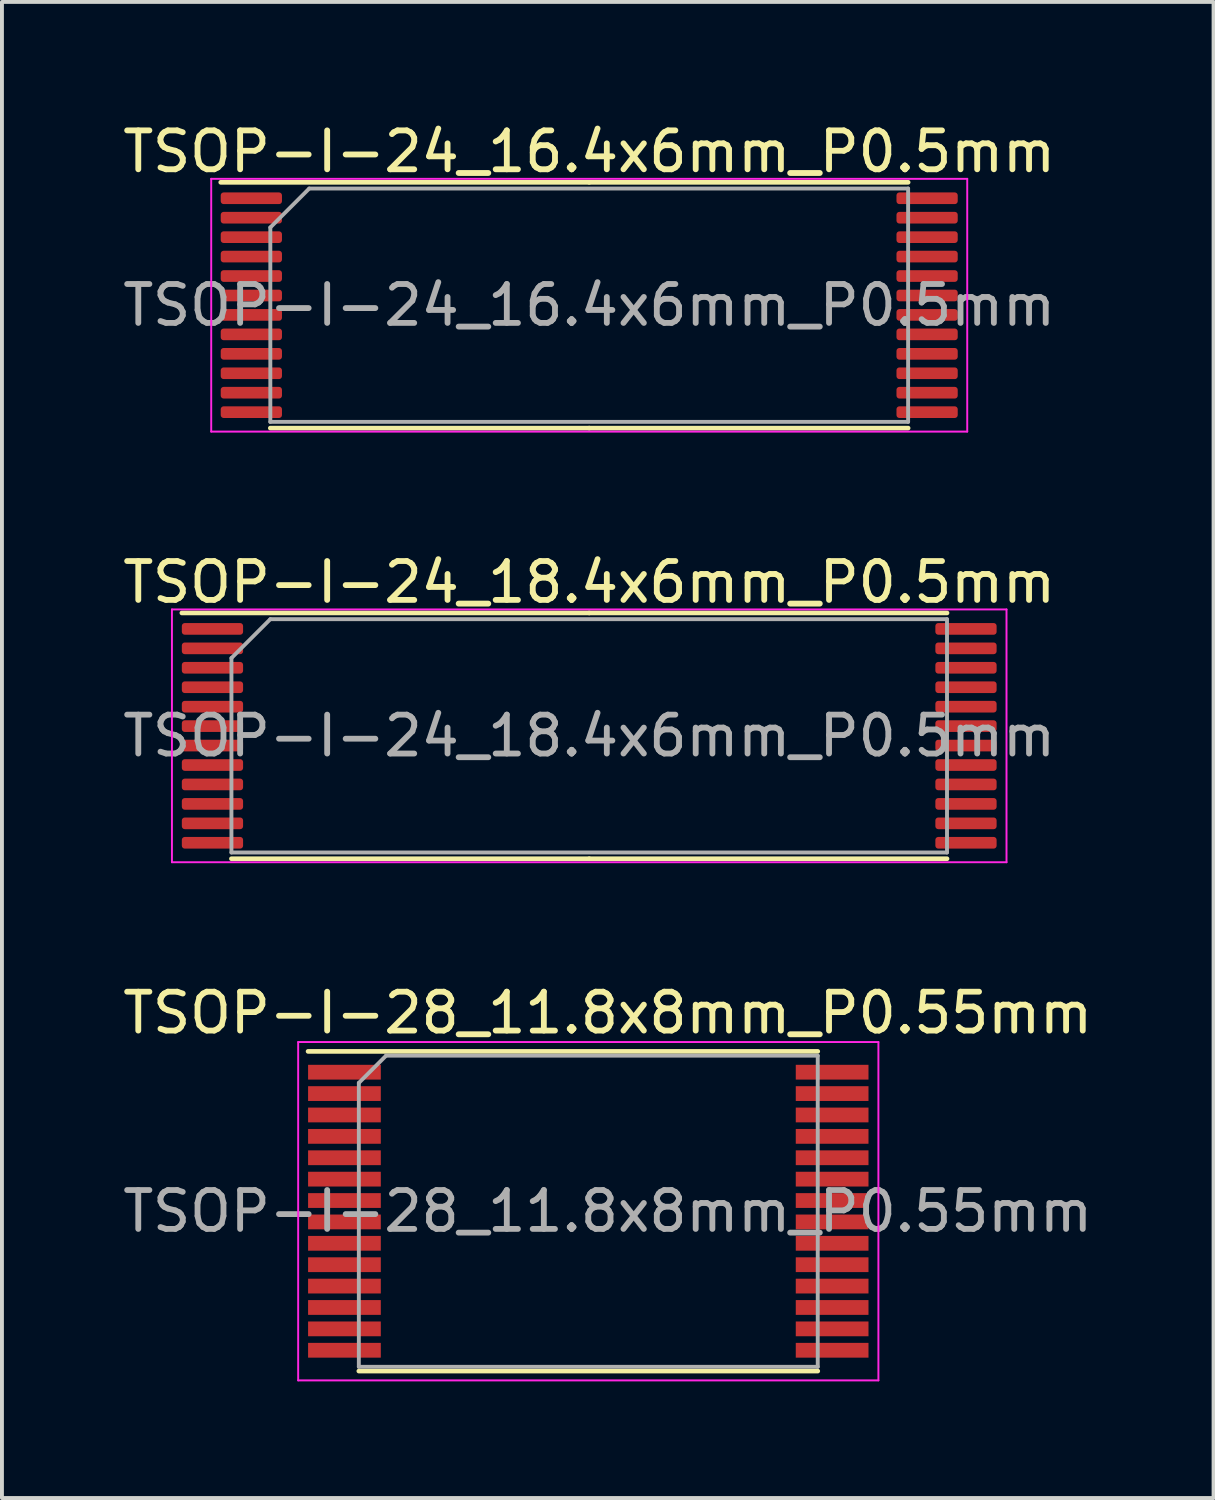
<source format=kicad_pcb>
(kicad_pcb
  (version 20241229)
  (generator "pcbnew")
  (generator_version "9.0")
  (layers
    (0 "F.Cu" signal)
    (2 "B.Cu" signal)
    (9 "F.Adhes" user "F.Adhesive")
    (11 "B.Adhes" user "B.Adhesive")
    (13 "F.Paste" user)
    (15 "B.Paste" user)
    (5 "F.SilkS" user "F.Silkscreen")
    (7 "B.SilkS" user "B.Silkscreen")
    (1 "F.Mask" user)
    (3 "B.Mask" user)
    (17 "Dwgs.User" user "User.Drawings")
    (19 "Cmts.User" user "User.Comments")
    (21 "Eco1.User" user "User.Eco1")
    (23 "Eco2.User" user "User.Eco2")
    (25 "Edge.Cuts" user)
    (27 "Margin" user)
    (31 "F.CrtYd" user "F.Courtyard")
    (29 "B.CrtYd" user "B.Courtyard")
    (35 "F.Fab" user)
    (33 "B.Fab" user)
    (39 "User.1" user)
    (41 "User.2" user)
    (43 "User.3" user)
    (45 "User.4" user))
  (footprint "TSOP-I-24_18.4x6mm_P0.5mm"
    (layer "F.Cu")
    (at 12.101 15.871)
    (property "Reference" "TSOP-I-24_18.4x6mm_P0.5mm" (at 0 -3.95 0) (layer "F.SilkS") (effects (font (size 1 1) (thickness 0.15))))
    (attr smd)
    (fp_line (start 0 -3.16) (end -10.475 -3.16) (stroke (width 0.12) (type solid)) (layer "F.SilkS"))
    (fp_line (start 0 -3.16) (end 9.2 -3.16) (stroke (width 0.12) (type solid)) (layer "F.SilkS"))
    (fp_line (start 0 3.16) (end -9.2 3.16) (stroke (width 0.12) (type solid)) (layer "F.SilkS"))
    (fp_line (start 0 3.16) (end 9.2 3.16) (stroke (width 0.12) (type solid)) (layer "F.SilkS"))
    (fp_line (start -10.73 -3.25) (end -10.73 3.25) (stroke (width 0.05) (type solid)) (layer "F.CrtYd"))
    (fp_line (start -10.73 3.25) (end 10.73 3.25) (stroke (width 0.05) (type solid)) (layer "F.CrtYd"))
    (fp_line (start 10.73 -3.25) (end -10.73 -3.25) (stroke (width 0.05) (type solid)) (layer "F.CrtYd"))
    (fp_line (start 10.73 3.25) (end 10.73 -3.25) (stroke (width 0.05) (type solid)) (layer "F.CrtYd"))
    (fp_line (start -9.2 -2) (end -8.2 -3) (stroke (width 0.1) (type solid)) (layer "F.Fab"))
    (fp_line (start -9.2 3) (end -9.2 -2) (stroke (width 0.1) (type solid)) (layer "F.Fab"))
    (fp_line (start -8.2 -3) (end 9.2 -3) (stroke (width 0.1) (type solid)) (layer "F.Fab"))
    (fp_line (start 9.2 -3) (end 9.2 3) (stroke (width 0.1) (type solid)) (layer "F.Fab"))
    (fp_line (start 9.2 3) (end -9.2 3) (stroke (width 0.1) (type solid)) (layer "F.Fab"))
    (fp_text user "${REFERENCE}" (at 0 0 0) (layer "F.Fab") (effects (font (size 1 1) (thickness 0.15))))
    (pad "1" smd roundrect (at -9.688 -2.75) (size 1.575 0.3) (layers "F.Cu" "F.Mask" "F.Paste") (roundrect_rratio 0.25))
    (pad "2" smd roundrect (at -9.688 -2.25) (size 1.575 0.3) (layers "F.Cu" "F.Mask" "F.Paste") (roundrect_rratio 0.25))
    (pad "3" smd roundrect (at -9.688 -1.75) (size 1.575 0.3) (layers "F.Cu" "F.Mask" "F.Paste") (roundrect_rratio 0.25))
    (pad "4" smd roundrect (at -9.688 -1.25) (size 1.575 0.3) (layers "F.Cu" "F.Mask" "F.Paste") (roundrect_rratio 0.25))
    (pad "5" smd roundrect (at -9.688 -0.75) (size 1.575 0.3) (layers "F.Cu" "F.Mask" "F.Paste") (roundrect_rratio 0.25))
    (pad "6" smd roundrect (at -9.688 -0.25) (size 1.575 0.3) (layers "F.Cu" "F.Mask" "F.Paste") (roundrect_rratio 0.25))
    (pad "7" smd roundrect (at -9.688 0.25) (size 1.575 0.3) (layers "F.Cu" "F.Mask" "F.Paste") (roundrect_rratio 0.25))
    (pad "8" smd roundrect (at -9.688 0.75) (size 1.575 0.3) (layers "F.Cu" "F.Mask" "F.Paste") (roundrect_rratio 0.25))
    (pad "9" smd roundrect (at -9.688 1.25) (size 1.575 0.3) (layers "F.Cu" "F.Mask" "F.Paste") (roundrect_rratio 0.25))
    (pad "10" smd roundrect (at -9.688 1.75) (size 1.575 0.3) (layers "F.Cu" "F.Mask" "F.Paste") (roundrect_rratio 0.25))
    (pad "11" smd roundrect (at -9.688 2.25) (size 1.575 0.3) (layers "F.Cu" "F.Mask" "F.Paste") (roundrect_rratio 0.25))
    (pad "12" smd roundrect (at -9.688 2.75) (size 1.575 0.3) (layers "F.Cu" "F.Mask" "F.Paste") (roundrect_rratio 0.25))
    (pad "13" smd roundrect (at 9.688 2.75) (size 1.575 0.3) (layers "F.Cu" "F.Mask" "F.Paste") (roundrect_rratio 0.25))
    (pad "14" smd roundrect (at 9.688 2.25) (size 1.575 0.3) (layers "F.Cu" "F.Mask" "F.Paste") (roundrect_rratio 0.25))
    (pad "15" smd roundrect (at 9.688 1.75) (size 1.575 0.3) (layers "F.Cu" "F.Mask" "F.Paste") (roundrect_rratio 0.25))
    (pad "16" smd roundrect (at 9.688 1.25) (size 1.575 0.3) (layers "F.Cu" "F.Mask" "F.Paste") (roundrect_rratio 0.25))
    (pad "17" smd roundrect (at 9.688 0.75) (size 1.575 0.3) (layers "F.Cu" "F.Mask" "F.Paste") (roundrect_rratio 0.25))
    (pad "18" smd roundrect (at 9.688 0.25) (size 1.575 0.3) (layers "F.Cu" "F.Mask" "F.Paste") (roundrect_rratio 0.25))
    (pad "19" smd roundrect (at 9.688 -0.25) (size 1.575 0.3) (layers "F.Cu" "F.Mask" "F.Paste") (roundrect_rratio 0.25))
    (pad "20" smd roundrect (at 9.688 -0.75) (size 1.575 0.3) (layers "F.Cu" "F.Mask" "F.Paste") (roundrect_rratio 0.25))
    (pad "21" smd roundrect (at 9.688 -1.25) (size 1.575 0.3) (layers "F.Cu" "F.Mask" "F.Paste") (roundrect_rratio 0.25))
    (pad "22" smd roundrect (at 9.688 -1.75) (size 1.575 0.3) (layers "F.Cu" "F.Mask" "F.Paste") (roundrect_rratio 0.25))
    (pad "23" smd roundrect (at 9.688 -2.25) (size 1.575 0.3) (layers "F.Cu" "F.Mask" "F.Paste") (roundrect_rratio 0.25))
    (pad "24" smd roundrect (at 9.688 -2.75) (size 1.575 0.3) (layers "F.Cu" "F.Mask" "F.Paste") (roundrect_rratio 0.25)))
  (footprint "TSOP-I-24_16.4x6mm_P0.5mm"
    (layer "F.Cu")
    (at 12.101 4.798)
    (property "Reference" "TSOP-I-24_16.4x6mm_P0.5mm" (at 0 -3.95 0) (layer "F.SilkS") (effects (font (size 1 1) (thickness 0.15))))
    (attr smd)
    (fp_line (start 0 -3.16) (end -9.475 -3.16) (stroke (width 0.12) (type solid)) (layer "F.SilkS"))
    (fp_line (start 0 -3.16) (end 8.2 -3.16) (stroke (width 0.12) (type solid)) (layer "F.SilkS"))
    (fp_line (start 0 3.16) (end -8.2 3.16) (stroke (width 0.12) (type solid)) (layer "F.SilkS"))
    (fp_line (start 0 3.16) (end 8.2 3.16) (stroke (width 0.12) (type solid)) (layer "F.SilkS"))
    (fp_line (start -9.72 -3.25) (end -9.72 3.25) (stroke (width 0.05) (type solid)) (layer "F.CrtYd"))
    (fp_line (start -9.72 3.25) (end 9.72 3.25) (stroke (width 0.05) (type solid)) (layer "F.CrtYd"))
    (fp_line (start 9.72 -3.25) (end -9.72 -3.25) (stroke (width 0.05) (type solid)) (layer "F.CrtYd"))
    (fp_line (start 9.72 3.25) (end 9.72 -3.25) (stroke (width 0.05) (type solid)) (layer "F.CrtYd"))
    (fp_line (start -8.2 -2) (end -7.2 -3) (stroke (width 0.1) (type solid)) (layer "F.Fab"))
    (fp_line (start -8.2 3) (end -8.2 -2) (stroke (width 0.1) (type solid)) (layer "F.Fab"))
    (fp_line (start -7.2 -3) (end 8.2 -3) (stroke (width 0.1) (type solid)) (layer "F.Fab"))
    (fp_line (start 8.2 -3) (end 8.2 3) (stroke (width 0.1) (type solid)) (layer "F.Fab"))
    (fp_line (start 8.2 3) (end -8.2 3) (stroke (width 0.1) (type solid)) (layer "F.Fab"))
    (fp_text user "${REFERENCE}" (at 0 0 0) (layer "F.Fab") (effects (font (size 1 1) (thickness 0.15))))
    (pad "1" smd roundrect (at -8.688 -2.75) (size 1.575 0.3) (layers "F.Cu" "F.Mask" "F.Paste") (roundrect_rratio 0.25))
    (pad "2" smd roundrect (at -8.688 -2.25) (size 1.575 0.3) (layers "F.Cu" "F.Mask" "F.Paste") (roundrect_rratio 0.25))
    (pad "3" smd roundrect (at -8.688 -1.75) (size 1.575 0.3) (layers "F.Cu" "F.Mask" "F.Paste") (roundrect_rratio 0.25))
    (pad "4" smd roundrect (at -8.688 -1.25) (size 1.575 0.3) (layers "F.Cu" "F.Mask" "F.Paste") (roundrect_rratio 0.25))
    (pad "5" smd roundrect (at -8.688 -0.75) (size 1.575 0.3) (layers "F.Cu" "F.Mask" "F.Paste") (roundrect_rratio 0.25))
    (pad "6" smd roundrect (at -8.688 -0.25) (size 1.575 0.3) (layers "F.Cu" "F.Mask" "F.Paste") (roundrect_rratio 0.25))
    (pad "7" smd roundrect (at -8.688 0.25) (size 1.575 0.3) (layers "F.Cu" "F.Mask" "F.Paste") (roundrect_rratio 0.25))
    (pad "8" smd roundrect (at -8.688 0.75) (size 1.575 0.3) (layers "F.Cu" "F.Mask" "F.Paste") (roundrect_rratio 0.25))
    (pad "9" smd roundrect (at -8.688 1.25) (size 1.575 0.3) (layers "F.Cu" "F.Mask" "F.Paste") (roundrect_rratio 0.25))
    (pad "10" smd roundrect (at -8.688 1.75) (size 1.575 0.3) (layers "F.Cu" "F.Mask" "F.Paste") (roundrect_rratio 0.25))
    (pad "11" smd roundrect (at -8.688 2.25) (size 1.575 0.3) (layers "F.Cu" "F.Mask" "F.Paste") (roundrect_rratio 0.25))
    (pad "12" smd roundrect (at -8.688 2.75) (size 1.575 0.3) (layers "F.Cu" "F.Mask" "F.Paste") (roundrect_rratio 0.25))
    (pad "13" smd roundrect (at 8.688 2.75) (size 1.575 0.3) (layers "F.Cu" "F.Mask" "F.Paste") (roundrect_rratio 0.25))
    (pad "14" smd roundrect (at 8.688 2.25) (size 1.575 0.3) (layers "F.Cu" "F.Mask" "F.Paste") (roundrect_rratio 0.25))
    (pad "15" smd roundrect (at 8.688 1.75) (size 1.575 0.3) (layers "F.Cu" "F.Mask" "F.Paste") (roundrect_rratio 0.25))
    (pad "16" smd roundrect (at 8.688 1.25) (size 1.575 0.3) (layers "F.Cu" "F.Mask" "F.Paste") (roundrect_rratio 0.25))
    (pad "17" smd roundrect (at 8.688 0.75) (size 1.575 0.3) (layers "F.Cu" "F.Mask" "F.Paste") (roundrect_rratio 0.25))
    (pad "18" smd roundrect (at 8.688 0.25) (size 1.575 0.3) (layers "F.Cu" "F.Mask" "F.Paste") (roundrect_rratio 0.25))
    (pad "19" smd roundrect (at 8.688 -0.25) (size 1.575 0.3) (layers "F.Cu" "F.Mask" "F.Paste") (roundrect_rratio 0.25))
    (pad "20" smd roundrect (at 8.688 -0.75) (size 1.575 0.3) (layers "F.Cu" "F.Mask" "F.Paste") (roundrect_rratio 0.25))
    (pad "21" smd roundrect (at 8.688 -1.25) (size 1.575 0.3) (layers "F.Cu" "F.Mask" "F.Paste") (roundrect_rratio 0.25))
    (pad "22" smd roundrect (at 8.688 -1.75) (size 1.575 0.3) (layers "F.Cu" "F.Mask" "F.Paste") (roundrect_rratio 0.25))
    (pad "23" smd roundrect (at 8.688 -2.25) (size 1.575 0.3) (layers "F.Cu" "F.Mask" "F.Paste") (roundrect_rratio 0.25))
    (pad "24" smd roundrect (at 8.688 -2.75) (size 1.575 0.3) (layers "F.Cu" "F.Mask" "F.Paste") (roundrect_rratio 0.25)))
  (footprint "TSOP-I-28_11.8x8mm_P0.55mm"
    (layer "F.Cu")
    (at 12.077 28.095)
    (property "Reference" "TSOP-I-28_11.8x8mm_P0.55mm" (at 0.5 -5.1 0) (layer "F.SilkS") (effects (font (size 1 1) (thickness 0.15))))
    (attr smd)
    (fp_line (start -7.205 -4.11) (end 5.9 -4.11) (stroke (width 0.12) (type solid)) (layer "F.SilkS"))
    (fp_line (start -5.9 4.11) (end 5.9 4.11) (stroke (width 0.12) (type solid)) (layer "F.SilkS"))
    (fp_line (start -7.46 -4.35) (end -7.46 4.35) (stroke (width 0.05) (type solid)) (layer "F.CrtYd"))
    (fp_line (start -7.46 -4.35) (end 7.46 -4.35) (stroke (width 0.05) (type solid)) (layer "F.CrtYd"))
    (fp_line (start 7.46 4.35) (end -7.46 4.35) (stroke (width 0.05) (type solid)) (layer "F.CrtYd"))
    (fp_line (start 7.46 4.35) (end 7.46 -4.35) (stroke (width 0.05) (type solid)) (layer "F.CrtYd"))
    (fp_line (start -5.9 -3.3) (end -5.9 4) (stroke (width 0.1) (type solid)) (layer "F.Fab"))
    (fp_line (start -5.9 -3.3) (end -5.2 -4) (stroke (width 0.1) (type solid)) (layer "F.Fab"))
    (fp_line (start 5.9 -4) (end -5.2 -4) (stroke (width 0.1) (type solid)) (layer "F.Fab"))
    (fp_line (start 5.9 -4) (end 5.9 4) (stroke (width 0.1) (type solid)) (layer "F.Fab"))
    (fp_line (start 5.9 4) (end -5.9 4) (stroke (width 0.1) (type solid)) (layer "F.Fab"))
    (fp_text user "${REFERENCE}" (at 0.5 0 0) (layer "F.Fab") (effects (font (size 1 1) (thickness 0.15))))
    (pad "1" smd rect (at -6.27 -3.575) (size 1.87 0.38) (layers "F.Cu" "F.Mask" "F.Paste"))
    (pad "2" smd rect (at -6.27 -3.025) (size 1.87 0.38) (layers "F.Cu" "F.Mask" "F.Paste"))
    (pad "3" smd rect (at -6.27 -2.475) (size 1.87 0.38) (layers "F.Cu" "F.Mask" "F.Paste"))
    (pad "4" smd rect (at -6.27 -1.925) (size 1.87 0.38) (layers "F.Cu" "F.Mask" "F.Paste"))
    (pad "5" smd rect (at -6.27 -1.375) (size 1.87 0.38) (layers "F.Cu" "F.Mask" "F.Paste"))
    (pad "6" smd rect (at -6.27 -0.825) (size 1.87 0.38) (layers "F.Cu" "F.Mask" "F.Paste"))
    (pad "7" smd rect (at -6.27 -0.275) (size 1.87 0.38) (layers "F.Cu" "F.Mask" "F.Paste"))
    (pad "8" smd rect (at -6.27 0.275) (size 1.87 0.38) (layers "F.Cu" "F.Mask" "F.Paste"))
    (pad "9" smd rect (at -6.27 0.825) (size 1.87 0.38) (layers "F.Cu" "F.Mask" "F.Paste"))
    (pad "10" smd rect (at -6.27 1.375) (size 1.87 0.38) (layers "F.Cu" "F.Mask" "F.Paste"))
    (pad "11" smd rect (at -6.27 1.925) (size 1.87 0.38) (layers "F.Cu" "F.Mask" "F.Paste"))
    (pad "12" smd rect (at -6.27 2.475) (size 1.87 0.38) (layers "F.Cu" "F.Mask" "F.Paste"))
    (pad "13" smd rect (at -6.27 3.025) (size 1.87 0.38) (layers "F.Cu" "F.Mask" "F.Paste"))
    (pad "14" smd rect (at -6.27 3.575) (size 1.87 0.38) (layers "F.Cu" "F.Mask" "F.Paste"))
    (pad "15" smd rect (at 6.27 3.575) (size 1.87 0.38) (layers "F.Cu" "F.Mask" "F.Paste"))
    (pad "16" smd rect (at 6.27 3.025) (size 1.87 0.38) (layers "F.Cu" "F.Mask" "F.Paste"))
    (pad "17" smd rect (at 6.27 2.475) (size 1.87 0.38) (layers "F.Cu" "F.Mask" "F.Paste"))
    (pad "18" smd rect (at 6.27 1.925) (size 1.87 0.38) (layers "F.Cu" "F.Mask" "F.Paste"))
    (pad "19" smd rect (at 6.27 1.375) (size 1.87 0.38) (layers "F.Cu" "F.Mask" "F.Paste"))
    (pad "20" smd rect (at 6.27 0.825) (size 1.87 0.38) (layers "F.Cu" "F.Mask" "F.Paste"))
    (pad "21" smd rect (at 6.27 0.275) (size 1.87 0.38) (layers "F.Cu" "F.Mask" "F.Paste"))
    (pad "22" smd rect (at 6.27 -0.275) (size 1.87 0.38) (layers "F.Cu" "F.Mask" "F.Paste"))
    (pad "23" smd rect (at 6.27 -0.825) (size 1.87 0.38) (layers "F.Cu" "F.Mask" "F.Paste"))
    (pad "24" smd rect (at 6.27 -1.375) (size 1.87 0.38) (layers "F.Cu" "F.Mask" "F.Paste"))
    (pad "25" smd rect (at 6.27 -1.925) (size 1.87 0.38) (layers "F.Cu" "F.Mask" "F.Paste"))
    (pad "26" smd rect (at 6.27 -2.475) (size 1.87 0.38) (layers "F.Cu" "F.Mask" "F.Paste"))
    (pad "27" smd rect (at 6.27 -3.025) (size 1.87 0.38) (layers "F.Cu" "F.Mask" "F.Paste"))
    (pad "28" smd rect (at 6.27 -3.575) (size 1.87 0.38) (layers "F.Cu" "F.Mask" "F.Paste")))
  (gr_rect
    (start -3 -3)
    (end 28.155 35.47)
    (stroke (width 0.1) (type default))
    (fill no)
    (layer "Edge.Cuts")))
</source>
